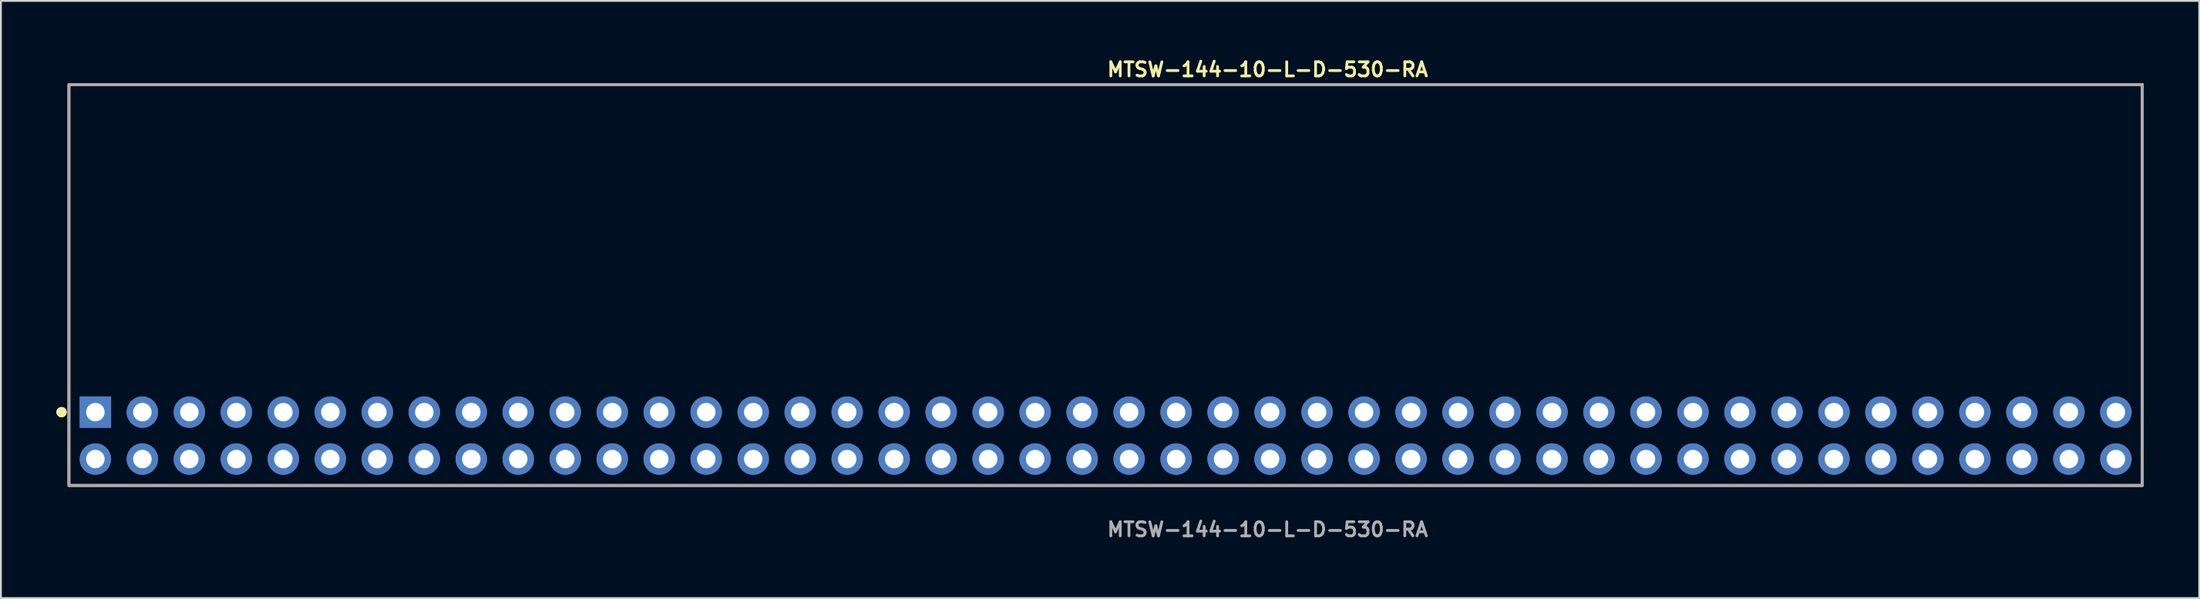
<source format=kicad_pcb>
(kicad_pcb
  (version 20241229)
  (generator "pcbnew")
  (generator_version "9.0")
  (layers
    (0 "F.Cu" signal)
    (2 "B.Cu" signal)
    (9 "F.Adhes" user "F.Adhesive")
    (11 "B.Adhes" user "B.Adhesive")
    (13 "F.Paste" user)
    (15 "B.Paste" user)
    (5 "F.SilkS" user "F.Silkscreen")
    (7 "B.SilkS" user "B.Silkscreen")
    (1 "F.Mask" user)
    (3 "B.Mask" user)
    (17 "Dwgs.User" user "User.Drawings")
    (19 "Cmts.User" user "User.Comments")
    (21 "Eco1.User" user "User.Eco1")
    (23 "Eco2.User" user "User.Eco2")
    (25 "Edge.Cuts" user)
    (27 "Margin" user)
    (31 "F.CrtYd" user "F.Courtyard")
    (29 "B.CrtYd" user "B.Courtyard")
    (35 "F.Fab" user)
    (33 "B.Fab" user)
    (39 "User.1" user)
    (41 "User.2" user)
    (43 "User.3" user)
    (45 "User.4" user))
  (footprint "MTSW-144-10-L-D-530-RA"
    (layer "F.Cu")
    (at 56.716 20.525)
    (property "Reference" "MTSW-144-10-L-D-530-RA" (at 0 -19.812 0) (unlocked yes) (layer "F.SilkS") (effects (font (size 0.762 0.762) (thickness 0.152)) (justify left)))
    (fp_rect (start -56.04 2.7) (end 56.04 -19) (stroke (width 0.152) (type solid)) (fill no) (layer "F.SilkS"))
    (fp_circle (center -56.44 -1.27) (end -56.64 -1.27) (stroke (width 0.152) (type solid)) (fill yes) (layer "F.SilkS"))
    (fp_circle (center -56.44 -1.27) (end -56.64 -1.27) (stroke (width 0.152) (type solid)) (fill yes) (layer "F.SilkS"))
    (fp_rect (start -56.04 2.7) (end 56.04 -19) (stroke (width 0.006) (type solid)) (fill no) (layer "F.CrtYd"))
    (fp_rect (start -56.04 2.7) (end 56.04 -19) (stroke (width 0.152) (type solid)) (fill no) (layer "F.Fab"))
    (fp_text user "${REFERENCE}" (at 0 5.08 0) (unlocked yes) (layer "F.Fab") (effects (font (size 0.762 0.762) (thickness 0.152)) (justify left)))
    (pad "1" thru_hole rect (at -54.61 -1.27) (size 1.7 1.7) (drill 1) (layers "*.Cu" "*.Mask"))
    (pad "2" thru_hole circle (at -54.61 1.27) (size 1.7 1.7) (drill 1) (layers "*.Cu" "*.Mask"))
    (pad "3" thru_hole circle (at -52.07 -1.27) (size 1.7 1.7) (drill 1) (layers "*.Cu" "*.Mask"))
    (pad "4" thru_hole circle (at -52.07 1.27) (size 1.7 1.7) (drill 1) (layers "*.Cu" "*.Mask"))
    (pad "5" thru_hole circle (at -49.53 -1.27) (size 1.7 1.7) (drill 1) (layers "*.Cu" "*.Mask"))
    (pad "6" thru_hole circle (at -49.53 1.27) (size 1.7 1.7) (drill 1) (layers "*.Cu" "*.Mask"))
    (pad "7" thru_hole circle (at -46.99 -1.27) (size 1.7 1.7) (drill 1) (layers "*.Cu" "*.Mask"))
    (pad "8" thru_hole circle (at -46.99 1.27) (size 1.7 1.7) (drill 1) (layers "*.Cu" "*.Mask"))
    (pad "9" thru_hole circle (at -44.45 -1.27) (size 1.7 1.7) (drill 1) (layers "*.Cu" "*.Mask"))
    (pad "10" thru_hole circle (at -44.45 1.27) (size 1.7 1.7) (drill 1) (layers "*.Cu" "*.Mask"))
    (pad "11" thru_hole circle (at -41.91 -1.27) (size 1.7 1.7) (drill 1) (layers "*.Cu" "*.Mask"))
    (pad "12" thru_hole circle (at -41.91 1.27) (size 1.7 1.7) (drill 1) (layers "*.Cu" "*.Mask"))
    (pad "13" thru_hole circle (at -39.37 -1.27) (size 1.7 1.7) (drill 1) (layers "*.Cu" "*.Mask"))
    (pad "14" thru_hole circle (at -39.37 1.27) (size 1.7 1.7) (drill 1) (layers "*.Cu" "*.Mask"))
    (pad "15" thru_hole circle (at -36.83 -1.27) (size 1.7 1.7) (drill 1) (layers "*.Cu" "*.Mask"))
    (pad "16" thru_hole circle (at -36.83 1.27) (size 1.7 1.7) (drill 1) (layers "*.Cu" "*.Mask"))
    (pad "17" thru_hole circle (at -34.29 -1.27) (size 1.7 1.7) (drill 1) (layers "*.Cu" "*.Mask"))
    (pad "18" thru_hole circle (at -34.29 1.27) (size 1.7 1.7) (drill 1) (layers "*.Cu" "*.Mask"))
    (pad "19" thru_hole circle (at -31.75 -1.27) (size 1.7 1.7) (drill 1) (layers "*.Cu" "*.Mask"))
    (pad "20" thru_hole circle (at -31.75 1.27) (size 1.7 1.7) (drill 1) (layers "*.Cu" "*.Mask"))
    (pad "21" thru_hole circle (at -29.21 -1.27) (size 1.7 1.7) (drill 1) (layers "*.Cu" "*.Mask"))
    (pad "22" thru_hole circle (at -29.21 1.27) (size 1.7 1.7) (drill 1) (layers "*.Cu" "*.Mask"))
    (pad "23" thru_hole circle (at -26.67 -1.27) (size 1.7 1.7) (drill 1) (layers "*.Cu" "*.Mask"))
    (pad "24" thru_hole circle (at -26.67 1.27) (size 1.7 1.7) (drill 1) (layers "*.Cu" "*.Mask"))
    (pad "25" thru_hole circle (at -24.13 -1.27) (size 1.7 1.7) (drill 1) (layers "*.Cu" "*.Mask"))
    (pad "26" thru_hole circle (at -24.13 1.27) (size 1.7 1.7) (drill 1) (layers "*.Cu" "*.Mask"))
    (pad "27" thru_hole circle (at -21.59 -1.27) (size 1.7 1.7) (drill 1) (layers "*.Cu" "*.Mask"))
    (pad "28" thru_hole circle (at -21.59 1.27) (size 1.7 1.7) (drill 1) (layers "*.Cu" "*.Mask"))
    (pad "29" thru_hole circle (at -19.05 -1.27) (size 1.7 1.7) (drill 1) (layers "*.Cu" "*.Mask"))
    (pad "30" thru_hole circle (at -19.05 1.27) (size 1.7 1.7) (drill 1) (layers "*.Cu" "*.Mask"))
    (pad "31" thru_hole circle (at -16.51 -1.27) (size 1.7 1.7) (drill 1) (layers "*.Cu" "*.Mask"))
    (pad "32" thru_hole circle (at -16.51 1.27) (size 1.7 1.7) (drill 1) (layers "*.Cu" "*.Mask"))
    (pad "33" thru_hole circle (at -13.97 -1.27) (size 1.7 1.7) (drill 1) (layers "*.Cu" "*.Mask"))
    (pad "34" thru_hole circle (at -13.97 1.27) (size 1.7 1.7) (drill 1) (layers "*.Cu" "*.Mask"))
    (pad "35" thru_hole circle (at -11.43 -1.27) (size 1.7 1.7) (drill 1) (layers "*.Cu" "*.Mask"))
    (pad "36" thru_hole circle (at -11.43 1.27) (size 1.7 1.7) (drill 1) (layers "*.Cu" "*.Mask"))
    (pad "37" thru_hole circle (at -8.89 -1.27) (size 1.7 1.7) (drill 1) (layers "*.Cu" "*.Mask"))
    (pad "38" thru_hole circle (at -8.89 1.27) (size 1.7 1.7) (drill 1) (layers "*.Cu" "*.Mask"))
    (pad "39" thru_hole circle (at -6.35 -1.27) (size 1.7 1.7) (drill 1) (layers "*.Cu" "*.Mask"))
    (pad "40" thru_hole circle (at -6.35 1.27) (size 1.7 1.7) (drill 1) (layers "*.Cu" "*.Mask"))
    (pad "41" thru_hole circle (at -3.81 -1.27) (size 1.7 1.7) (drill 1) (layers "*.Cu" "*.Mask"))
    (pad "42" thru_hole circle (at -3.81 1.27) (size 1.7 1.7) (drill 1) (layers "*.Cu" "*.Mask"))
    (pad "43" thru_hole circle (at -1.27 -1.27) (size 1.7 1.7) (drill 1) (layers "*.Cu" "*.Mask"))
    (pad "44" thru_hole circle (at -1.27 1.27) (size 1.7 1.7) (drill 1) (layers "*.Cu" "*.Mask"))
    (pad "45" thru_hole circle (at 1.27 -1.27) (size 1.7 1.7) (drill 1) (layers "*.Cu" "*.Mask"))
    (pad "46" thru_hole circle (at 1.27 1.27) (size 1.7 1.7) (drill 1) (layers "*.Cu" "*.Mask"))
    (pad "47" thru_hole circle (at 3.81 -1.27) (size 1.7 1.7) (drill 1) (layers "*.Cu" "*.Mask"))
    (pad "48" thru_hole circle (at 3.81 1.27) (size 1.7 1.7) (drill 1) (layers "*.Cu" "*.Mask"))
    (pad "49" thru_hole circle (at 6.35 -1.27) (size 1.7 1.7) (drill 1) (layers "*.Cu" "*.Mask"))
    (pad "50" thru_hole circle (at 6.35 1.27) (size 1.7 1.7) (drill 1) (layers "*.Cu" "*.Mask"))
    (pad "51" thru_hole circle (at 8.89 -1.27) (size 1.7 1.7) (drill 1) (layers "*.Cu" "*.Mask"))
    (pad "52" thru_hole circle (at 8.89 1.27) (size 1.7 1.7) (drill 1) (layers "*.Cu" "*.Mask"))
    (pad "53" thru_hole circle (at 11.43 -1.27) (size 1.7 1.7) (drill 1) (layers "*.Cu" "*.Mask"))
    (pad "54" thru_hole circle (at 11.43 1.27) (size 1.7 1.7) (drill 1) (layers "*.Cu" "*.Mask"))
    (pad "55" thru_hole circle (at 13.97 -1.27) (size 1.7 1.7) (drill 1) (layers "*.Cu" "*.Mask"))
    (pad "56" thru_hole circle (at 13.97 1.27) (size 1.7 1.7) (drill 1) (layers "*.Cu" "*.Mask"))
    (pad "57" thru_hole circle (at 16.51 -1.27) (size 1.7 1.7) (drill 1) (layers "*.Cu" "*.Mask"))
    (pad "58" thru_hole circle (at 16.51 1.27) (size 1.7 1.7) (drill 1) (layers "*.Cu" "*.Mask"))
    (pad "59" thru_hole circle (at 19.05 -1.27) (size 1.7 1.7) (drill 1) (layers "*.Cu" "*.Mask"))
    (pad "60" thru_hole circle (at 19.05 1.27) (size 1.7 1.7) (drill 1) (layers "*.Cu" "*.Mask"))
    (pad "61" thru_hole circle (at 21.59 -1.27) (size 1.7 1.7) (drill 1) (layers "*.Cu" "*.Mask"))
    (pad "62" thru_hole circle (at 21.59 1.27) (size 1.7 1.7) (drill 1) (layers "*.Cu" "*.Mask"))
    (pad "63" thru_hole circle (at 24.13 -1.27) (size 1.7 1.7) (drill 1) (layers "*.Cu" "*.Mask"))
    (pad "64" thru_hole circle (at 24.13 1.27) (size 1.7 1.7) (drill 1) (layers "*.Cu" "*.Mask"))
    (pad "65" thru_hole circle (at 26.67 -1.27) (size 1.7 1.7) (drill 1) (layers "*.Cu" "*.Mask"))
    (pad "66" thru_hole circle (at 26.67 1.27) (size 1.7 1.7) (drill 1) (layers "*.Cu" "*.Mask"))
    (pad "67" thru_hole circle (at 29.21 -1.27) (size 1.7 1.7) (drill 1) (layers "*.Cu" "*.Mask"))
    (pad "68" thru_hole circle (at 29.21 1.27) (size 1.7 1.7) (drill 1) (layers "*.Cu" "*.Mask"))
    (pad "69" thru_hole circle (at 31.75 -1.27) (size 1.7 1.7) (drill 1) (layers "*.Cu" "*.Mask"))
    (pad "70" thru_hole circle (at 31.75 1.27) (size 1.7 1.7) (drill 1) (layers "*.Cu" "*.Mask"))
    (pad "71" thru_hole circle (at 34.29 -1.27) (size 1.7 1.7) (drill 1) (layers "*.Cu" "*.Mask"))
    (pad "72" thru_hole circle (at 34.29 1.27) (size 1.7 1.7) (drill 1) (layers "*.Cu" "*.Mask"))
    (pad "73" thru_hole circle (at 36.83 -1.27) (size 1.7 1.7) (drill 1) (layers "*.Cu" "*.Mask"))
    (pad "74" thru_hole circle (at 36.83 1.27) (size 1.7 1.7) (drill 1) (layers "*.Cu" "*.Mask"))
    (pad "75" thru_hole circle (at 39.37 -1.27) (size 1.7 1.7) (drill 1) (layers "*.Cu" "*.Mask"))
    (pad "76" thru_hole circle (at 39.37 1.27) (size 1.7 1.7) (drill 1) (layers "*.Cu" "*.Mask"))
    (pad "77" thru_hole circle (at 41.91 -1.27) (size 1.7 1.7) (drill 1) (layers "*.Cu" "*.Mask"))
    (pad "78" thru_hole circle (at 41.91 1.27) (size 1.7 1.7) (drill 1) (layers "*.Cu" "*.Mask"))
    (pad "79" thru_hole circle (at 44.45 -1.27) (size 1.7 1.7) (drill 1) (layers "*.Cu" "*.Mask"))
    (pad "80" thru_hole circle (at 44.45 1.27) (size 1.7 1.7) (drill 1) (layers "*.Cu" "*.Mask"))
    (pad "81" thru_hole circle (at 46.99 -1.27) (size 1.7 1.7) (drill 1) (layers "*.Cu" "*.Mask"))
    (pad "82" thru_hole circle (at 46.99 1.27) (size 1.7 1.7) (drill 1) (layers "*.Cu" "*.Mask"))
    (pad "83" thru_hole circle (at 49.53 -1.27) (size 1.7 1.7) (drill 1) (layers "*.Cu" "*.Mask"))
    (pad "84" thru_hole circle (at 49.53 1.27) (size 1.7 1.7) (drill 1) (layers "*.Cu" "*.Mask"))
    (pad "85" thru_hole circle (at 52.07 -1.27) (size 1.7 1.7) (drill 1) (layers "*.Cu" "*.Mask"))
    (pad "86" thru_hole circle (at 52.07 1.27) (size 1.7 1.7) (drill 1) (layers "*.Cu" "*.Mask"))
    (pad "87" thru_hole circle (at 54.61 -1.27) (size 1.7 1.7) (drill 1) (layers "*.Cu" "*.Mask"))
    (pad "88" thru_hole circle (at 54.61 1.27) (size 1.7 1.7) (drill 1) (layers "*.Cu" "*.Mask")))
  (gr_rect
    (start -3 -3)
    (end 115.832 29.318)
    (stroke (width 0.1) (type default))
    (fill no)
    (layer "Edge.Cuts")))
</source>
